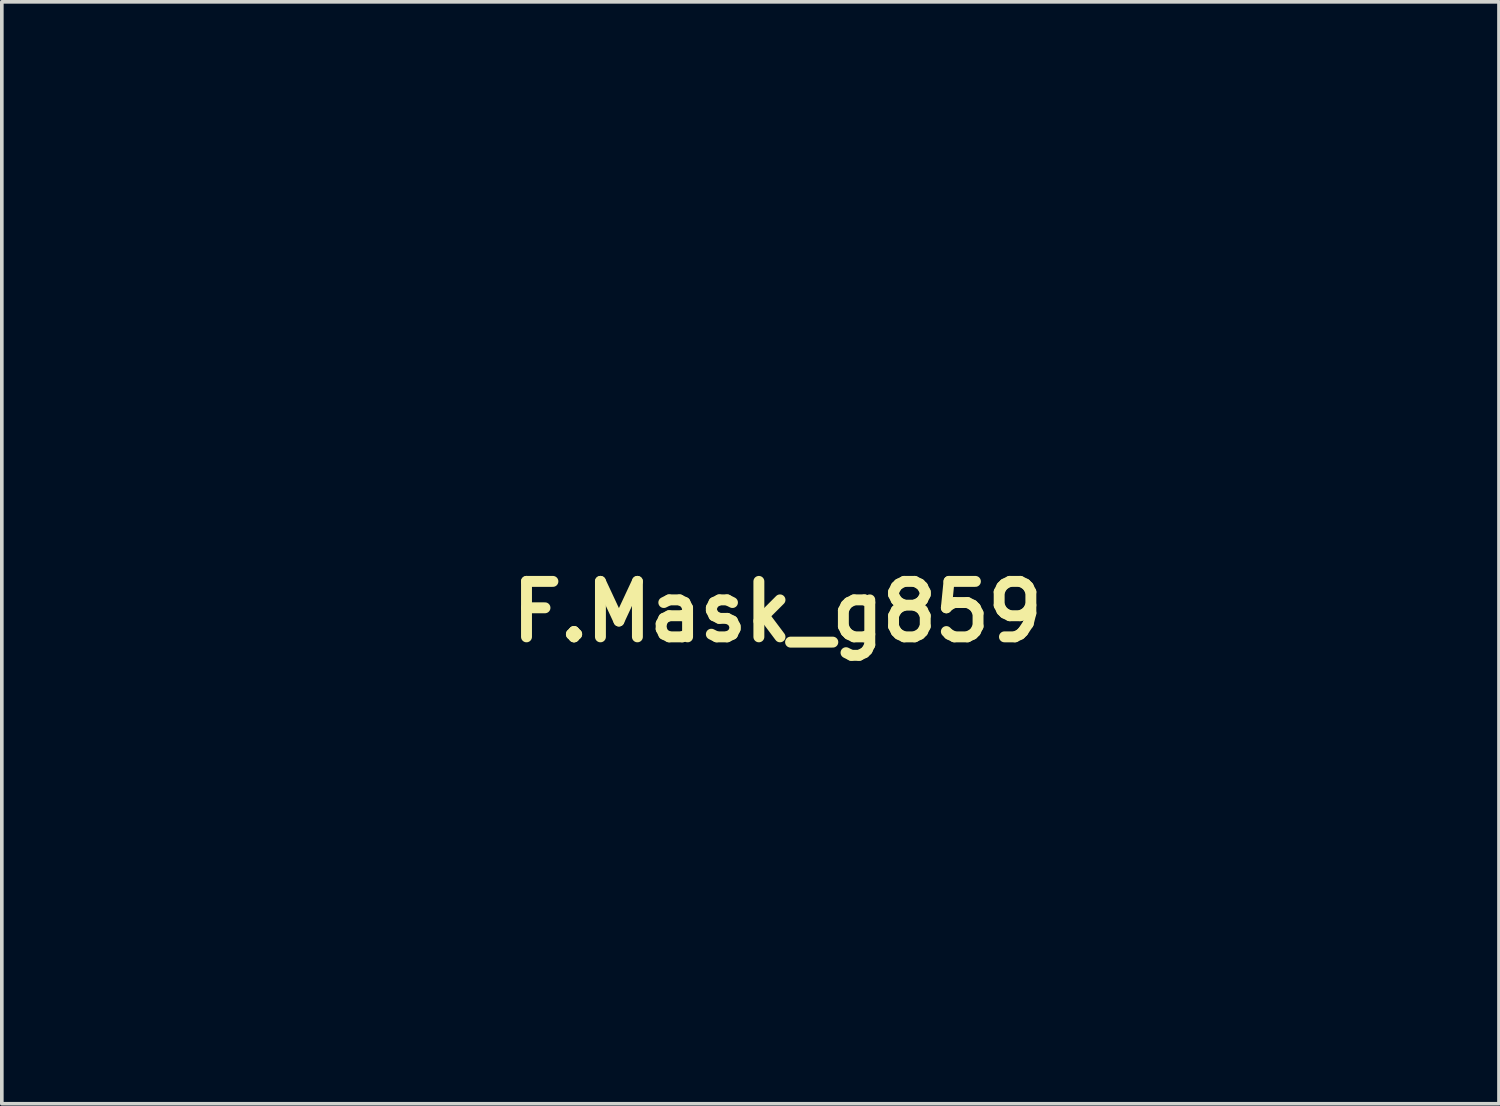
<source format=kicad_pcb>
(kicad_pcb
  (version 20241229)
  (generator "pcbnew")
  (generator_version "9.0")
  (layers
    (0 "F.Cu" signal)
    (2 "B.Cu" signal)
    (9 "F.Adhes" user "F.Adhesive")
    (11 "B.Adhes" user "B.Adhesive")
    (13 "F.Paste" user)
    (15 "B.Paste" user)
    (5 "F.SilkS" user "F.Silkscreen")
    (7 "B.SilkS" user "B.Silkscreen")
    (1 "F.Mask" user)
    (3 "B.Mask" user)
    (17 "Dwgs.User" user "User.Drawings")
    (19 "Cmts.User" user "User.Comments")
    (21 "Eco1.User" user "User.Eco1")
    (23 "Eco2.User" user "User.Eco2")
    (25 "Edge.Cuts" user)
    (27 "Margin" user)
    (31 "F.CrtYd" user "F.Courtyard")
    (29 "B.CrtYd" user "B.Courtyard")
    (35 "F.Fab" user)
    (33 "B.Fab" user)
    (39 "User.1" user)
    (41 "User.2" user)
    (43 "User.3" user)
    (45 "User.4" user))
  (footprint "F.Mask_g859"
    (layer "F.Cu")
    (at 18.314 13.763)
    (property "Reference" "F.Mask_g859" (at 0 0 0) (layer "F.SilkS") (effects (font (size 1.524 1.524) (thickness 0.3))))
    (attr through_hole)
    (fp_poly (pts (xy 15.944 -3.542) (xy 16.149 -3.461) (xy 16.335 -3.343) (xy 16.498 -3.194) (xy 16.634 -3.017) (xy 16.739 -2.816) (xy 16.768 -2.742) (xy 16.798 -2.648) (xy 16.816 -2.566) (xy 16.825 -2.477) (xy 16.827 -2.365) (xy 16.827 -2.359) (xy 16.811 -2.128) (xy 16.761 -1.92) (xy 16.676 -1.731) (xy 16.553 -1.555) (xy 16.464 -1.458) (xy 16.357 -1.365) (xy 16.232 -1.279) (xy 16.101 -1.206) (xy 15.977 -1.153) (xy 15.901 -1.132) (xy 15.833 -1.118) (xy 15.833 -1.81) (xy 15.933 -1.884) (xy 16.037 -1.986) (xy 16.111 -2.11) (xy 16.153 -2.248) (xy 16.16 -2.391) (xy 16.131 -2.531) (xy 16.103 -2.596) (xy 16.064 -2.657) (xy 16.011 -2.722) (xy 15.954 -2.783) (xy 15.9 -2.831) (xy 15.859 -2.856) (xy 15.85 -2.857) (xy 15.844 -2.878) (xy 15.839 -2.933) (xy 15.836 -3.017) (xy 15.833 -3.123) (xy 15.833 -3.216) (xy 15.833 -3.575) (xy 15.944 -3.542)) (stroke (width 0.01) (type solid)) (fill yes) (layer "F.Mask"))
    (fp_poly (pts (xy -15.388 -3.21) (xy -15.389 -3.067) (xy -15.393 -2.959) (xy -15.399 -2.889) (xy -15.408 -2.859) (xy -15.41 -2.857) (xy -15.445 -2.842) (xy -15.496 -2.8) (xy -15.554 -2.741) (xy -15.61 -2.674) (xy -15.656 -2.609) (xy -15.677 -2.572) (xy -15.719 -2.433) (xy -15.723 -2.289) (xy -15.69 -2.146) (xy -15.62 -2.015) (xy -15.586 -1.97) (xy -15.531 -1.913) (xy -15.474 -1.867) (xy -15.45 -1.851) (xy -15.388 -1.819) (xy -15.388 -1.471) (xy -15.388 -1.338) (xy -15.39 -1.243) (xy -15.395 -1.18) (xy -15.406 -1.144) (xy -15.425 -1.129) (xy -15.455 -1.13) (xy -15.498 -1.142) (xy -15.527 -1.152) (xy -15.707 -1.227) (xy -15.88 -1.336) (xy -16.037 -1.471) (xy -16.17 -1.624) (xy -16.263 -1.778) (xy -16.348 -1.989) (xy -16.392 -2.196) (xy -16.397 -2.409) (xy -16.371 -2.599) (xy -16.319 -2.783) (xy -16.241 -2.948) (xy -16.132 -3.104) (xy -16.046 -3.202) (xy -15.955 -3.293) (xy -15.873 -3.36) (xy -15.787 -3.415) (xy -15.718 -3.451) (xy -15.631 -3.492) (xy -15.547 -3.525) (xy -15.483 -3.546) (xy -15.468 -3.549) (xy -15.388 -3.562) (xy -15.388 -3.21)) (stroke (width 0.01) (type solid)) (fill yes) (layer "F.Mask"))
    (fp_poly (pts (xy -3.021 4.067) (xy -2.891 4.067) (xy -2.786 4.069) (xy -2.701 4.071) (xy -2.635 4.074) (xy -2.583 4.077) (xy -2.543 4.082) (xy -2.512 4.087) (xy -2.486 4.094) (xy -2.463 4.101) (xy -2.449 4.107) (xy -2.303 4.183) (xy -2.183 4.292) (xy -2.092 4.431) (xy -2.083 4.449) (xy -2.021 4.583) (xy -2.015 5.498) (xy -2.008 6.413) (xy -3.45 6.413) (xy -3.45 5.292) (xy -4.741 5.292) (xy -4.741 9.292) (xy -3.45 9.292) (xy -3.45 8.065) (xy -2.008 8.065) (xy -2.021 10.001) (xy -2.091 10.143) (xy -2.156 10.256) (xy -2.233 10.342) (xy -2.332 10.412) (xy -2.413 10.454) (xy -2.529 10.509) (xy -4.075 10.514) (xy -4.368 10.515) (xy -4.622 10.515) (xy -4.841 10.515) (xy -5.026 10.515) (xy -5.181 10.515) (xy -5.31 10.514) (xy -5.414 10.512) (xy -5.499 10.51) (xy -5.565 10.507) (xy -5.618 10.503) (xy -5.659 10.498) (xy -5.692 10.492) (xy -5.719 10.486) (xy -5.745 10.478) (xy -5.747 10.477) (xy -5.889 10.413) (xy -6.004 10.319) (xy -6.097 10.19) (xy -6.122 10.144) (xy -6.191 10.002) (xy -6.191 7.303) (xy -6.191 6.908) (xy -6.191 6.554) (xy -6.191 6.237) (xy -6.191 5.957) (xy -6.19 5.709) (xy -6.189 5.492) (xy -6.189 5.305) (xy -6.187 5.144) (xy -6.186 5.007) (xy -6.184 4.892) (xy -6.182 4.797) (xy -6.18 4.72) (xy -6.177 4.658) (xy -6.174 4.61) (xy -6.17 4.572) (xy -6.166 4.543) (xy -6.161 4.52) (xy -6.155 4.501) (xy -6.153 4.494) (xy -6.087 4.365) (xy -5.989 4.249) (xy -5.867 4.156) (xy -5.825 4.134) (xy -5.704 4.075) (xy -4.135 4.069) (xy -3.84 4.068) (xy -3.584 4.067) (xy -3.364 4.066) (xy -3.177 4.066) (xy -3.021 4.067)) (stroke (width 0.01) (type solid)) (fill yes) (layer "F.Mask"))
    (fp_poly (pts (xy -8.851 4.066) (xy -8.686 4.067) (xy -8.549 4.069) (xy -8.435 4.072) (xy -8.342 4.077) (xy -8.267 4.083) (xy -8.207 4.091) (xy -8.159 4.102) (xy -8.12 4.114) (xy -8.087 4.129) (xy -8.056 4.147) (xy -8.025 4.168) (xy -7.991 4.192) (xy -7.988 4.193) (xy -7.904 4.269) (xy -7.827 4.371) (xy -7.768 4.484) (xy -7.749 4.54) (xy -7.744 4.581) (xy -7.738 4.663) (xy -7.733 4.784) (xy -7.728 4.943) (xy -7.724 5.137) (xy -7.719 5.367) (xy -7.715 5.629) (xy -7.712 5.922) (xy -7.712 5.923) (xy -7.698 7.221) (xy -7.907 7.431) (xy -8.117 7.641) (xy -10.472 7.641) (xy -10.485 7.721) (xy -10.488 7.759) (xy -10.491 7.835) (xy -10.493 7.943) (xy -10.495 8.077) (xy -10.497 8.234) (xy -10.498 8.407) (xy -10.498 8.591) (xy -10.498 8.62) (xy -10.499 9.44) (xy -9.123 9.44) (xy -9.123 8.361) (xy -7.705 8.361) (xy -7.706 8.821) (xy -7.708 8.99) (xy -7.71 9.174) (xy -7.714 9.36) (xy -7.719 9.532) (xy -7.723 9.663) (xy -7.729 9.801) (xy -7.735 9.904) (xy -7.742 9.98) (xy -7.751 10.037) (xy -7.763 10.081) (xy -7.78 10.121) (xy -7.794 10.151) (xy -7.879 10.275) (xy -7.994 10.383) (xy -8.124 10.463) (xy -8.144 10.472) (xy -8.164 10.479) (xy -8.187 10.486) (xy -8.217 10.491) (xy -8.256 10.496) (xy -8.309 10.5) (xy -8.377 10.503) (xy -8.464 10.505) (xy -8.573 10.507) (xy -8.706 10.509) (xy -8.868 10.51) (xy -9.061 10.511) (xy -9.288 10.512) (xy -9.552 10.512) (xy -9.758 10.513) (xy -10.011 10.513) (xy -10.254 10.513) (xy -10.483 10.512) (xy -10.694 10.511) (xy -10.884 10.509) (xy -11.049 10.508) (xy -11.185 10.505) (xy -11.289 10.503) (xy -11.358 10.5) (xy -11.385 10.497) (xy -11.525 10.449) (xy -11.653 10.365) (xy -11.762 10.252) (xy -11.836 10.128) (xy -11.885 10.022) (xy -11.891 7.335) (xy -11.892 6.934) (xy -11.892 6.572) (xy -11.893 6.249) (xy -11.893 5.961) (xy -11.893 5.706) (xy -11.893 5.482) (xy -11.892 5.287) (xy -11.89 5.144) (xy -10.499 5.144) (xy -10.499 5.872) (xy -10.498 6.045) (xy -10.497 6.205) (xy -10.496 6.347) (xy -10.494 6.466) (xy -10.491 6.557) (xy -10.488 6.615) (xy -10.486 6.634) (xy -10.478 6.643) (xy -10.461 6.651) (xy -10.429 6.657) (xy -10.378 6.661) (xy -10.304 6.664) (xy -10.203 6.666) (xy -10.07 6.667) (xy -9.901 6.667) (xy -9.812 6.668) (xy -9.151 6.668) (xy -9.137 6.41) (xy -9.133 6.311) (xy -9.129 6.181) (xy -9.126 6.028) (xy -9.124 5.866) (xy -9.123 5.702) (xy -9.123 5.648) (xy -9.123 5.144) (xy -10.499 5.144) (xy -11.89 5.144) (xy -11.89 5.119) (xy -11.887 4.975) (xy -11.884 4.853) (xy -11.88 4.752) (xy -11.875 4.667) (xy -11.868 4.598) (xy -11.861 4.542) (xy -11.852 4.497) (xy -11.841 4.461) (xy -11.829 4.431) (xy -11.816 4.405) (xy -11.801 4.381) (xy -11.784 4.356) (xy -11.765 4.329) (xy -11.764 4.327) (xy -11.695 4.246) (xy -11.604 4.178) (xy -11.557 4.15) (xy -11.419 4.075) (xy -9.842 4.069) (xy -9.539 4.067) (xy -9.274 4.066) (xy -9.046 4.066) (xy -8.851 4.066)) (stroke (width 0.01) (type solid)) (fill yes) (layer "F.Mask"))
    (fp_poly (pts (xy -16.558 0.51) (xy -16.277 0.511) (xy -15.958 0.512) (xy -15.83 0.513) (xy -13.959 0.519) (xy -13.836 0.581) (xy -13.707 0.663) (xy -13.61 0.763) (xy -13.541 0.887) (xy -13.497 1.039) (xy -13.482 1.151) (xy -13.478 1.209) (xy -13.475 1.305) (xy -13.472 1.434) (xy -13.469 1.59) (xy -13.467 1.77) (xy -13.465 1.969) (xy -13.463 2.182) (xy -13.463 2.404) (xy -13.463 2.503) (xy -13.462 3.662) (xy -14.986 3.662) (xy -14.986 1.778) (xy -16.806 1.778) (xy -16.804 2.376) (xy -16.802 2.551) (xy -16.8 2.731) (xy -16.798 2.905) (xy -16.794 3.065) (xy -16.791 3.199) (xy -16.788 3.283) (xy -16.775 3.593) (xy -15.621 4.679) (xy -15.337 4.946) (xy -15.082 5.186) (xy -14.855 5.4) (xy -14.653 5.59) (xy -14.476 5.758) (xy -14.321 5.905) (xy -14.187 6.032) (xy -14.072 6.143) (xy -13.975 6.237) (xy -13.894 6.318) (xy -13.826 6.385) (xy -13.772 6.442) (xy -13.728 6.49) (xy -13.693 6.53) (xy -13.666 6.564) (xy -13.644 6.594) (xy -13.627 6.622) (xy -13.613 6.648) (xy -13.599 6.675) (xy -13.588 6.697) (xy -13.529 6.835) (xy -13.493 6.965) (xy -13.483 7.027) (xy -13.48 7.076) (xy -13.477 7.164) (xy -13.473 7.285) (xy -13.471 7.436) (xy -13.468 7.613) (xy -13.466 7.812) (xy -13.464 8.029) (xy -13.463 8.26) (xy -13.463 8.499) (xy -13.463 8.547) (xy -13.463 8.821) (xy -13.463 9.055) (xy -13.463 9.255) (xy -13.464 9.422) (xy -13.465 9.56) (xy -13.466 9.672) (xy -13.469 9.762) (xy -13.472 9.834) (xy -13.476 9.89) (xy -13.481 9.933) (xy -13.486 9.968) (xy -13.493 9.998) (xy -13.502 10.025) (xy -13.506 10.039) (xy -13.568 10.185) (xy -13.649 10.3) (xy -13.756 10.391) (xy -13.864 10.452) (xy -13.981 10.509) (xy -15.833 10.513) (xy -16.111 10.513) (xy -16.379 10.513) (xy -16.633 10.512) (xy -16.869 10.511) (xy -17.085 10.51) (xy -17.278 10.509) (xy -17.444 10.507) (xy -17.58 10.505) (xy -17.682 10.503) (xy -17.748 10.5) (xy -17.773 10.498) (xy -17.929 10.447) (xy -18.06 10.362) (xy -18.165 10.247) (xy -18.24 10.103) (xy -18.284 9.934) (xy -18.29 9.888) (xy -18.293 9.837) (xy -18.296 9.748) (xy -18.299 9.626) (xy -18.301 9.474) (xy -18.303 9.298) (xy -18.305 9.1) (xy -18.307 8.887) (xy -18.308 8.661) (xy -18.308 8.472) (xy -18.309 7.218) (xy -16.806 7.218) (xy -16.806 9.25) (xy -14.986 9.25) (xy -14.986 8.271) (xy -14.987 7.292) (xy -16.206 6.138) (xy -16.49 5.87) (xy -16.745 5.629) (xy -16.972 5.413) (xy -17.174 5.222) (xy -17.352 5.053) (xy -17.507 4.905) (xy -17.641 4.775) (xy -17.756 4.663) (xy -17.854 4.567) (xy -17.936 4.484) (xy -18.004 4.413) (xy -18.059 4.353) (xy -18.103 4.301) (xy -18.138 4.256) (xy -18.166 4.217) (xy -18.187 4.181) (xy -18.204 4.147) (xy -18.219 4.113) (xy -18.233 4.078) (xy -18.247 4.04) (xy -18.251 4.031) (xy -18.26 4.005) (xy -18.268 3.981) (xy -18.275 3.953) (xy -18.281 3.92) (xy -18.285 3.877) (xy -18.289 3.822) (xy -18.292 3.75) (xy -18.294 3.66) (xy -18.296 3.548) (xy -18.297 3.41) (xy -18.298 3.243) (xy -18.298 3.045) (xy -18.298 2.811) (xy -18.298 2.538) (xy -18.298 2.487) (xy -18.298 2.184) (xy -18.298 1.921) (xy -18.296 1.696) (xy -18.295 1.506) (xy -18.293 1.349) (xy -18.29 1.223) (xy -18.286 1.125) (xy -18.282 1.054) (xy -18.277 1.006) (xy -18.273 0.984) (xy -18.217 0.856) (xy -18.137 0.741) (xy -18.042 0.65) (xy -18.018 0.634) (xy -17.985 0.612) (xy -17.954 0.593) (xy -17.923 0.577) (xy -17.89 0.563) (xy -17.851 0.55) (xy -17.804 0.54) (xy -17.747 0.532) (xy -17.675 0.525) (xy -17.587 0.52) (xy -17.48 0.516) (xy -17.35 0.513) (xy -17.196 0.511) (xy -17.015 0.51) (xy -16.803 0.51) (xy -16.558 0.51)) (stroke (width 0.01) (type solid)) (fill yes) (layer "F.Mask"))
    (fp_poly (pts (xy 0.982 -13.758) (xy 0.99 -13.755) (xy 1.004 -13.748) (xy 1.025 -13.734) (xy 1.057 -13.712) (xy 1.101 -13.679) (xy 1.161 -13.634) (xy 1.24 -13.575) (xy 1.339 -13.499) (xy 1.462 -13.405) (xy 1.611 -13.29) (xy 1.79 -13.153) (xy 1.933 -13.043) (xy 2.081 -12.929) (xy 2.217 -12.823) (xy 2.34 -12.726) (xy 2.445 -12.643) (xy 2.528 -12.576) (xy 2.586 -12.527) (xy 2.615 -12.501) (xy 2.618 -12.497) (xy 2.619 -12.469) (xy 2.615 -12.407) (xy 2.608 -12.323) (xy 2.598 -12.224) (xy 2.586 -12.12) (xy 2.574 -12.02) (xy 2.562 -11.934) (xy 2.552 -11.87) (xy 2.55 -11.86) (xy 2.551 -11.837) (xy 2.567 -11.808) (xy 2.602 -11.77) (xy 2.66 -11.716) (xy 2.747 -11.644) (xy 2.778 -11.618) (xy 3.016 -11.424) (xy 3.029 -10.966) (xy 3.031 -10.895) (xy 3.032 -10.785) (xy 3.034 -10.637) (xy 3.035 -10.454) (xy 3.036 -10.239) (xy 3.038 -9.994) (xy 3.039 -9.723) (xy 3.04 -9.427) (xy 3.041 -9.108) (xy 3.042 -8.771) (xy 3.043 -8.416) (xy 3.044 -8.047) (xy 3.044 -7.666) (xy 3.045 -7.276) (xy 3.045 -6.879) (xy 3.045 -6.874) (xy 3.048 -3.239) (xy 3.979 -3.239) (xy 3.979 -3.614) (xy 3.979 -3.729) (xy 3.979 -3.879) (xy 3.98 -4.061) (xy 3.981 -4.272) (xy 3.983 -4.509) (xy 3.984 -4.769) (xy 3.986 -5.049) (xy 3.988 -5.347) (xy 3.991 -5.658) (xy 3.993 -5.98) (xy 3.996 -6.311) (xy 3.999 -6.646) (xy 4.001 -6.984) (xy 4.004 -7.32) (xy 4.007 -7.652) (xy 4.01 -7.977) (xy 4.013 -8.293) (xy 4.016 -8.595) (xy 4.019 -8.881) (xy 4.021 -9.147) (xy 4.024 -9.392) (xy 4.026 -9.612) (xy 4.029 -9.803) (xy 4.031 -9.964) (xy 4.033 -10.09) (xy 4.034 -10.179) (xy 4.035 -10.218) (xy 4.047 -10.604) (xy 4.995 -10.604) (xy 4.995 -11.663) (xy 7.429 -11.663) (xy 7.429 -10.562) (xy 9.975 -10.562) (xy 9.959 -7.546) (xy 9.957 -7.192) (xy 9.956 -6.85) (xy 9.954 -6.522) (xy 9.953 -6.211) (xy 9.952 -5.919) (xy 9.951 -5.647) (xy 9.95 -5.4) (xy 9.95 -5.178) (xy 9.949 -4.985) (xy 9.949 -4.823) (xy 9.949 -4.694) (xy 9.95 -4.6) (xy 9.95 -4.544) (xy 9.951 -4.528) (xy 9.973 -4.527) (xy 10.033 -4.525) (xy 10.123 -4.522) (xy 10.24 -4.518) (xy 10.378 -4.514) (xy 10.53 -4.509) (xy 10.559 -4.508) (xy 10.714 -4.503) (xy 10.856 -4.498) (xy 10.978 -4.492) (xy 11.075 -4.486) (xy 11.141 -4.481) (xy 11.172 -4.477) (xy 11.173 -4.476) (xy 11.176 -4.453) (xy 11.179 -4.392) (xy 11.182 -4.297) (xy 11.185 -4.175) (xy 11.188 -4.028) (xy 11.19 -3.862) (xy 11.192 -3.682) (xy 11.192 -3.634) (xy 11.194 -3.449) (xy 11.196 -3.276) (xy 11.198 -3.119) (xy 11.2 -2.985) (xy 11.203 -2.877) (xy 11.205 -2.801) (xy 11.208 -2.76) (xy 11.208 -2.757) (xy 11.219 -2.709) (xy 14.39 -2.709) (xy 14.416 -2.787) (xy 14.475 -2.919) (xy 14.564 -3.058) (xy 14.674 -3.192) (xy 14.796 -3.31) (xy 14.922 -3.403) (xy 14.938 -3.413) (xy 15.05 -3.47) (xy 15.175 -3.522) (xy 15.292 -3.56) (xy 15.309 -3.564) (xy 15.367 -3.578) (xy 15.367 -2.88) (xy 15.309 -2.849) (xy 15.242 -2.802) (xy 15.168 -2.731) (xy 15.102 -2.651) (xy 15.06 -2.584) (xy 15.025 -2.477) (xy 15.011 -2.352) (xy 15.021 -2.226) (xy 15.037 -2.165) (xy 15.092 -2.049) (xy 15.173 -1.945) (xy 15.268 -1.865) (xy 15.291 -1.852) (xy 15.367 -1.811) (xy 15.367 -1.466) (xy 15.367 -1.331) (xy 15.365 -1.233) (xy 15.358 -1.169) (xy 15.341 -1.133) (xy 15.312 -1.122) (xy 15.267 -1.13) (xy 15.202 -1.152) (xy 15.145 -1.174) (xy 14.946 -1.27) (xy 14.767 -1.4) (xy 14.613 -1.558) (xy 14.489 -1.739) (xy 14.412 -1.907) (xy 14.369 -2.025) (xy 13.415 -2.039) (xy 13.167 -2.042) (xy 12.889 -2.045) (xy 12.594 -2.048) (xy 12.293 -2.05) (xy 11.998 -2.052) (xy 11.723 -2.053) (xy 11.504 -2.053) (xy 10.548 -2.053) (xy 10.534 -2.438) (xy 10.529 -2.579) (xy 10.526 -2.75) (xy 10.523 -2.936) (xy 10.521 -3.123) (xy 10.52 -3.299) (xy 10.52 -3.324) (xy 10.52 -3.827) (xy 10.335 -3.839) (xy 10.255 -3.844) (xy 10.143 -3.849) (xy 10.009 -3.854) (xy 9.863 -3.86) (xy 9.716 -3.865) (xy 9.708 -3.865) (xy 9.267 -3.878) (xy 9.28 -6.305) (xy 9.282 -6.635) (xy 9.283 -6.963) (xy 9.286 -7.284) (xy 9.288 -7.594) (xy 9.29 -7.892) (xy 9.292 -8.172) (xy 9.294 -8.432) (xy 9.297 -8.667) (xy 9.299 -8.875) (xy 9.301 -9.051) (xy 9.303 -9.193) (xy 9.305 -9.296) (xy 9.305 -9.305) (xy 9.317 -9.878) (xy 8.728 -9.892) (xy 8.546 -9.896) (xy 8.335 -9.899) (xy 8.107 -9.902) (xy 7.874 -9.904) (xy 7.648 -9.905) (xy 7.445 -9.906) (xy 6.752 -9.906) (xy 6.752 -11.007) (xy 5.652 -11.007) (xy 5.652 -9.927) (xy 4.699 -9.927) (xy 4.699 -9.615) (xy 4.699 -9.527) (xy 4.698 -9.405) (xy 4.697 -9.25) (xy 4.696 -9.066) (xy 4.694 -8.854) (xy 4.692 -8.618) (xy 4.69 -8.36) (xy 4.687 -8.084) (xy 4.685 -7.79) (xy 4.682 -7.483) (xy 4.679 -7.165) (xy 4.675 -6.839) (xy 4.672 -6.507) (xy 4.669 -6.172) (xy 4.665 -5.837) (xy 4.662 -5.504) (xy 4.658 -5.176) (xy 4.655 -4.856) (xy 4.651 -4.546) (xy 4.648 -4.249) (xy 4.645 -3.968) (xy 4.642 -3.705) (xy 4.639 -3.464) (xy 4.636 -3.246) (xy 4.634 -3.054) (xy 4.632 -2.892) (xy 4.63 -2.761) (xy 4.628 -2.665) (xy 4.627 -2.606) (xy 4.626 -2.587) (xy 4.604 -2.585) (xy 4.543 -2.583) (xy 4.449 -2.581) (xy 4.323 -2.578) (xy 4.171 -2.576) (xy 3.996 -2.573) (xy 3.803 -2.57) (xy 3.594 -2.568) (xy 3.494 -2.567) (xy 2.371 -2.555) (xy 2.371 -11.084) (xy 2.143 -11.265) (xy 2.036 -11.35) (xy 1.957 -11.413) (xy 1.903 -11.465) (xy 1.869 -11.511) (xy 1.852 -11.56) (xy 1.849 -11.62) (xy 1.855 -11.699) (xy 1.869 -11.804) (xy 1.874 -11.851) (xy 1.889 -11.976) (xy 1.897 -12.065) (xy 1.9 -12.127) (xy 1.898 -12.167) (xy 1.891 -12.192) (xy 1.882 -12.205) (xy 1.858 -12.228) (xy 1.806 -12.272) (xy 1.734 -12.333) (xy 1.646 -12.405) (xy 1.547 -12.486) (xy 1.442 -12.57) (xy 1.338 -12.654) (xy 1.239 -12.732) (xy 1.151 -12.801) (xy 1.079 -12.857) (xy 1.028 -12.895) (xy 1.004 -12.911) (xy 1.003 -12.912) (xy 0.984 -12.899) (xy 0.937 -12.864) (xy 0.868 -12.809) (xy 0.781 -12.741) (xy 0.681 -12.661) (xy 0.573 -12.575) (xy 0.463 -12.486) (xy 0.355 -12.399) (xy 0.254 -12.317) (xy 0.166 -12.244) (xy 0.113 -12.2) (xy 0.06 -12.156) (xy 0.106 -11.844) (xy 0.123 -11.719) (xy 0.134 -11.629) (xy 0.138 -11.567) (xy 0.135 -11.528) (xy 0.127 -11.505) (xy 0.124 -11.5) (xy 0.099 -11.476) (xy 0.048 -11.429) (xy -0.023 -11.366) (xy -0.108 -11.293) (xy -0.162 -11.246) (xy -0.42 -11.026) (xy -0.396 -4.974) (xy -1.2 -4.974) (xy -1.4 -4.975) (xy -1.605 -4.976) (xy -1.806 -4.977) (xy -1.995 -4.98) (xy -2.164 -4.982) (xy -2.304 -4.986) (xy -2.388 -4.988) (xy -2.773 -5.002) (xy -2.773 -5.831) (xy -2.773 -6.052) (xy -2.774 -6.293) (xy -2.776 -6.541) (xy -2.779 -6.787) (xy -2.782 -7.018) (xy -2.785 -7.225) (xy -2.787 -7.331) (xy -2.801 -8.001) (xy -3.768 -8.001) (xy -3.768 -8.996) (xy -4.931 -8.996) (xy -4.942 -8.948) (xy -4.95 -8.905) (xy -4.964 -8.834) (xy -4.981 -8.743) (xy -4.999 -8.642) (xy -5.017 -8.539) (xy -5.034 -8.444) (xy -5.048 -8.366) (xy -5.056 -8.312) (xy -5.059 -8.294) (xy -5.079 -8.29) (xy -5.137 -8.286) (xy -5.229 -8.283) (xy -5.349 -8.28) (xy -5.494 -8.278) (xy -5.659 -8.277) (xy -5.838 -8.276) (xy -5.895 -8.276) (xy -6.731 -8.276) (xy -6.731 -5.331) (xy -7.816 -5.343) (xy -8.039 -5.346) (xy -8.259 -5.349) (xy -8.471 -5.352) (xy -8.669 -5.355) (xy -8.848 -5.359) (xy -9.002 -5.362) (xy -9.124 -5.365) (xy -9.211 -5.368) (xy -9.214 -5.368) (xy -9.527 -5.38) (xy -9.512 -4.214) (xy -9.497 -3.048) (xy -10.435 -3.048) (xy -10.435 -2.053) (xy -13.921 -2.053) (xy -13.979 -1.906) (xy -14.061 -1.736) (xy -14.169 -1.576) (xy -14.293 -1.437) (xy -14.376 -1.365) (xy -14.496 -1.283) (xy -14.625 -1.213) (xy -14.747 -1.16) (xy -14.844 -1.132) (xy -14.922 -1.117) (xy -14.922 -1.813) (xy -14.867 -1.843) (xy -14.824 -1.874) (xy -14.767 -1.926) (xy -14.719 -1.976) (xy -14.629 -2.104) (xy -14.58 -2.244) (xy -14.572 -2.39) (xy -14.605 -2.541) (xy -14.617 -2.573) (xy -14.662 -2.652) (xy -14.726 -2.731) (xy -14.797 -2.798) (xy -14.859 -2.836) (xy -14.922 -2.863) (xy -14.922 -3.573) (xy -14.833 -3.553) (xy -14.659 -3.496) (xy -14.489 -3.403) (xy -14.329 -3.28) (xy -14.187 -3.134) (xy -14.071 -2.969) (xy -14.036 -2.905) (xy -13.948 -2.731) (xy -11.113 -2.731) (xy -11.113 -3.725) (xy -10.181 -3.725) (xy -10.181 -6.011) (xy -7.415 -6.011) (xy -7.401 -6.999) (xy -7.398 -7.221) (xy -7.395 -7.448) (xy -7.393 -7.673) (xy -7.391 -7.888) (xy -7.389 -8.086) (xy -7.388 -8.26) (xy -7.387 -8.402) (xy -7.387 -8.46) (xy -7.387 -8.932) (xy -5.631 -8.932) (xy -5.621 -8.98) (xy -5.613 -9.019) (xy -5.6 -9.09) (xy -5.584 -9.182) (xy -5.567 -9.282) (xy -5.549 -9.386) (xy -5.532 -9.48) (xy -5.519 -9.553) (xy -5.512 -9.594) (xy -5.5 -9.652) (xy -3.09 -9.652) (xy -3.09 -8.678) (xy -2.651 -8.678) (xy -2.516 -8.677) (xy -2.393 -8.676) (xy -2.29 -8.673) (xy -2.212 -8.67) (xy -2.169 -8.666) (xy -2.164 -8.665) (xy -2.117 -8.652) (xy -2.117 -5.652) (xy -1.079 -5.652) (xy -1.079 -8.504) (xy -1.078 -11.356) (xy -0.826 -11.568) (xy -0.728 -11.649) (xy -0.658 -11.711) (xy -0.611 -11.762) (xy -0.586 -11.81) (xy -0.576 -11.863) (xy -0.58 -11.931) (xy -0.593 -12.022) (xy -0.603 -12.086) (xy -0.623 -12.216) (xy -0.634 -12.312) (xy -0.635 -12.383) (xy -0.623 -12.437) (xy -0.597 -12.482) (xy -0.555 -12.525) (xy -0.494 -12.577) (xy -0.482 -12.587) (xy -0.203 -12.815) (xy 0.043 -13.017) (xy 0.259 -13.192) (xy 0.444 -13.343) (xy 0.601 -13.469) (xy 0.728 -13.572) (xy 0.829 -13.651) (xy 0.903 -13.708) (xy 0.951 -13.744) (xy 0.973 -13.758) (xy 0.975 -13.758) (xy 0.982 -13.758)) (stroke (width 0.01) (type solid)) (fill yes) (layer "F.Mask")))
  (gr_rect
    (start -3 -3)
    (end 38.146 27.284)
    (stroke (width 0.1) (type default))
    (fill no)
    (layer "Edge.Cuts")))
</source>
